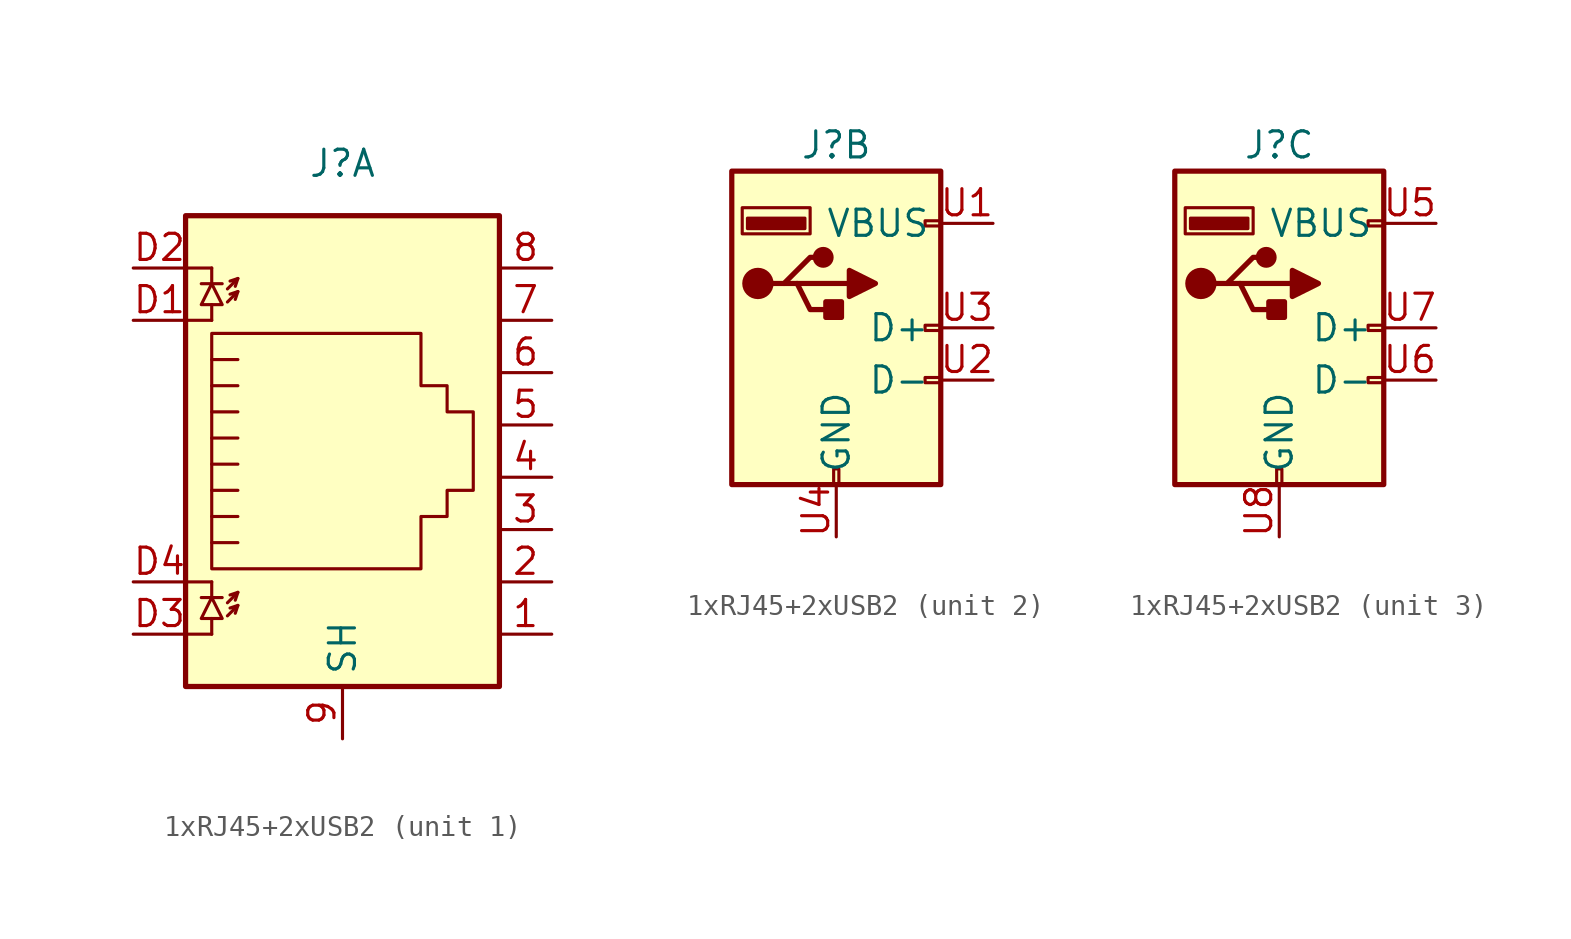
<source format=kicad_sym>
(kicad_symbol_lib
  (version 20241209)
  (generator "kicad_symbol_editor")
  (generator_version "9.0")
  (symbol "1xRJ45+2xUSB2"
    (property "Reference" "J"
      (at 0 0 0)
      (effects (font (size 1.27 1.27))))
    (property "Value" ""
      (at 0 0 0)
      (effects (font (size 1.27 1.27))))
    (property "ki_locked" ""
      (at 0 0 0)
      (effects (font (size 1.27 1.27))))
    (symbol "1xRJ45+2xUSB2_1_1"
      (rectangle (start -7.62 -2.54) (end 7.62 -25.4) (stroke (width 0.254) (type solid)) (fill (type background)))
      (polyline (pts (xy -7.62 -5.08) (xy -6.35 -5.08)) (stroke (width 0) (type solid)) (fill (type none)))
      (polyline (pts (xy -7.62 -7.62) (xy -6.35 -7.62)) (stroke (width 0) (type solid)) (fill (type none)))
      (polyline (pts (xy -7.62 -20.32) (xy -6.35 -20.32)) (stroke (width 0) (type solid)) (fill (type none)))
      (polyline (pts (xy -7.62 -22.86) (xy -6.35 -22.86)) (stroke (width 0) (type solid)) (fill (type none)))
      (polyline (pts (xy -6.858 -5.842) (xy -5.842 -5.842)) (stroke (width 0) (type solid)) (fill (type none)))
      (polyline (pts (xy -6.858 -21.082) (xy -5.842 -21.082)) (stroke (width 0) (type solid)) (fill (type none)))
      (polyline (pts (xy -6.35 -5.08) (xy -6.35 -5.842)) (stroke (width 0) (type solid)) (fill (type none)))
      (polyline (pts (xy -6.35 -5.842) (xy -6.858 -6.858) (xy -5.842 -6.858) (xy -6.35 -5.842)) (stroke (width 0) (type solid)) (fill (type none)))
      (polyline (pts (xy -6.35 -7.62) (xy -6.35 -6.858)) (stroke (width 0) (type solid)) (fill (type none)))
      (polyline (pts (xy -6.35 -13.335) (xy -5.08 -13.335) (xy -5.08 -13.335)) (stroke (width 0) (type solid)) (fill (type none)))
      (polyline (pts (xy -6.35 -14.605) (xy -5.08 -14.605) (xy -5.08 -14.605)) (stroke (width 0) (type solid)) (fill (type none)))
      (polyline (pts (xy -6.35 -15.875) (xy -5.08 -15.875) (xy -5.08 -15.875)) (stroke (width 0) (type solid)) (fill (type none)))
      (polyline (pts (xy -6.35 -17.145) (xy -5.08 -17.145) (xy -5.08 -17.145)) (stroke (width 0) (type solid)) (fill (type none)))
      (polyline (pts (xy -6.35 -18.415) (xy -5.08 -18.415) (xy -5.08 -18.415)) (stroke (width 0) (type solid)) (fill (type none)))
      (polyline (pts (xy -6.35 -19.685) (xy -6.35 -8.255) (xy 3.81 -8.255) (xy 3.81 -10.795) (xy 5.08 -10.795) (xy 5.08 -12.065) (xy 6.35 -12.065) (xy 6.35 -15.875) (xy 5.08 -15.875) (xy 5.08 -17.145) (xy 3.81 -17.145) (xy 3.81 -19.685) (xy -6.35 -19.685) (xy -6.35 -19.685)) (stroke (width 0) (type solid)) (fill (type none)))
      (polyline (pts (xy -6.35 -20.32) (xy -6.35 -21.082)) (stroke (width 0) (type solid)) (fill (type none)))
      (polyline (pts (xy -6.35 -21.082) (xy -6.858 -22.098) (xy -5.842 -22.098) (xy -6.35 -21.082)) (stroke (width 0) (type solid)) (fill (type none)))
      (polyline (pts (xy -6.35 -22.86) (xy -6.35 -22.098)) (stroke (width 0) (type solid)) (fill (type none)))
      (polyline (pts (xy -5.588 -6.096) (xy -5.08 -5.588) (xy -5.461 -5.715)) (stroke (width 0) (type solid)) (fill (type none)))
      (polyline (pts (xy -5.588 -6.731) (xy -5.08 -6.223) (xy -5.461 -6.35)) (stroke (width 0) (type solid)) (fill (type none)))
      (polyline (pts (xy -5.588 -21.336) (xy -5.08 -20.828) (xy -5.461 -20.955)) (stroke (width 0) (type solid)) (fill (type none)))
      (polyline (pts (xy -5.588 -21.971) (xy -5.08 -21.463) (xy -5.461 -21.59)) (stroke (width 0) (type solid)) (fill (type none)))
      (polyline (pts (xy -5.08 -5.588) (xy -5.207 -5.969)) (stroke (width 0) (type solid)) (fill (type none)))
      (polyline (pts (xy -5.08 -6.223) (xy -5.207 -6.604)) (stroke (width 0) (type solid)) (fill (type none)))
      (polyline (pts (xy -5.08 -9.525) (xy -6.35 -9.525)) (stroke (width 0) (type solid)) (fill (type none)))
      (polyline (pts (xy -5.08 -10.795) (xy -6.35 -10.795)) (stroke (width 0) (type solid)) (fill (type none)))
      (polyline (pts (xy -5.08 -12.065) (xy -6.35 -12.065) (xy -6.35 -12.065)) (stroke (width 0) (type solid)) (fill (type none)))
      (polyline (pts (xy -5.08 -20.828) (xy -5.207 -21.209)) (stroke (width 0) (type solid)) (fill (type none)))
      (polyline (pts (xy -5.08 -21.463) (xy -5.207 -21.844)) (stroke (width 0) (type solid)) (fill (type none)))
      (pin passive line (at -10.16 -5.08 0) (length 2.54) (name "~" (effects (font (size 1.27 1.27)))) (number "D2" (effects (font (size 1.27 1.27)))))
      (pin passive line (at -10.16 -7.62 0) (length 2.54) (name "~" (effects (font (size 1.27 1.27)))) (number "D1" (effects (font (size 1.27 1.27)))))
      (pin passive line (at -10.16 -20.32 0) (length 2.54) (name "~" (effects (font (size 1.27 1.27)))) (number "D4" (effects (font (size 1.27 1.27)))))
      (pin passive line (at -10.16 -22.86 0) (length 2.54) (name "~" (effects (font (size 1.27 1.27)))) (number "D3" (effects (font (size 1.27 1.27)))))
      (pin passive line (at 0 -27.94 90) (length 2.54) (hide yes) (name "SH" (effects (font (size 1.27 1.27)))) (number "10" (effects (font (size 1.27 1.27)))))
      (pin passive line (at 0 -27.94 90) (length 2.54) (hide yes) (name "SH" (effects (font (size 1.27 1.27)))) (number "11" (effects (font (size 1.27 1.27)))))
      (pin passive line (at 0 -27.94 90) (length 2.54) (hide yes) (name "SH" (effects (font (size 1.27 1.27)))) (number "12" (effects (font (size 1.27 1.27)))))
      (pin passive line (at 0 -27.94 90) (length 2.54) (hide yes) (name "SH" (effects (font (size 1.27 1.27)))) (number "13" (effects (font (size 1.27 1.27)))))
      (pin passive line (at 0 -27.94 90) (length 2.54) (hide yes) (name "SH" (effects (font (size 1.27 1.27)))) (number "14" (effects (font (size 1.27 1.27)))))
      (pin passive line (at 0 -27.94 90) (length 2.54) (hide yes) (name "SH" (effects (font (size 1.27 1.27)))) (number "15" (effects (font (size 1.27 1.27)))))
      (pin passive line (at 0 -27.94 90) (length 2.54) (hide yes) (name "SH" (effects (font (size 1.27 1.27)))) (number "16" (effects (font (size 1.27 1.27)))))
      (pin passive line (at 0 -27.94 90) (length 2.54) (name "SH" (effects (font (size 1.27 1.27)))) (number "9" (effects (font (size 1.27 1.27)))))
      (pin passive line (at 10.16 -5.08 180) (length 2.54) (name "~" (effects (font (size 1.27 1.27)))) (number "8" (effects (font (size 1.27 1.27)))))
      (pin passive line (at 10.16 -7.62 180) (length 2.54) (name "~" (effects (font (size 1.27 1.27)))) (number "7" (effects (font (size 1.27 1.27)))))
      (pin passive line (at 10.16 -10.16 180) (length 2.54) (name "~" (effects (font (size 1.27 1.27)))) (number "6" (effects (font (size 1.27 1.27)))))
      (pin passive line (at 10.16 -12.7 180) (length 2.54) (name "~" (effects (font (size 1.27 1.27)))) (number "5" (effects (font (size 1.27 1.27)))))
      (pin passive line (at 10.16 -15.24 180) (length 2.54) (name "~" (effects (font (size 1.27 1.27)))) (number "4" (effects (font (size 1.27 1.27)))))
      (pin passive line (at 10.16 -17.78 180) (length 2.54) (name "~" (effects (font (size 1.27 1.27)))) (number "3" (effects (font (size 1.27 1.27)))))
      (pin passive line (at 10.16 -20.32 180) (length 2.54) (name "~" (effects (font (size 1.27 1.27)))) (number "2" (effects (font (size 1.27 1.27)))))
      (pin passive line (at 10.16 -22.86 180) (length 2.54) (name "~" (effects (font (size 1.27 1.27)))) (number "1" (effects (font (size 1.27 1.27))))))
    (symbol "1xRJ45+2xUSB2_2_1"
      (rectangle (start -5.08 -1.27) (end 5.08 -16.51) (stroke (width 0.254) (type solid)) (fill (type background)))
      (rectangle (start -4.572 -3.048) (end -1.27 -4.318) (stroke (width 0) (type solid)) (fill (type none)))
      (rectangle (start -4.318 -3.556) (end -1.524 -4.064) (stroke (width 0) (type solid)) (fill (type outline)))
      (circle (center -3.81 -6.731) (radius 0.635) (stroke (width 0.254) (type solid)) (fill (type outline)))
      (polyline (pts (xy -3.175 -6.731) (xy -2.54 -6.731) (xy -1.27 -5.461) (xy -0.635 -5.461)) (stroke (width 0.254) (type solid)) (fill (type none)))
      (polyline (pts (xy -2.54 -6.731) (xy -1.905 -6.731) (xy -1.27 -8.001) (xy 0 -8.001)) (stroke (width 0.254) (type solid)) (fill (type none)))
      (polyline (pts (xy -1.905 -6.731) (xy 0.635 -6.731)) (stroke (width 0.254) (type solid)) (fill (type none)))
      (circle (center -0.635 -5.461) (radius 0.381) (stroke (width 0.254) (type solid)) (fill (type outline)))
      (rectangle (start -0.508 -7.62) (end 0.254 -8.382) (stroke (width 0.254) (type solid)) (fill (type outline)))
      (rectangle (start -0.127 -15.748) (end 0.127 -16.51) (stroke (width 0) (type solid)) (fill (type none)))
      (polyline (pts (xy 0.635 -6.096) (xy 0.635 -7.366) (xy 1.905 -6.731) (xy 0.635 -6.096)) (stroke (width 0.254) (type solid)) (fill (type outline)))
      (rectangle (start 4.318 -3.683) (end 5.08 -3.937) (stroke (width 0) (type solid)) (fill (type none)))
      (rectangle (start 4.318 -8.763) (end 5.08 -9.017) (stroke (width 0) (type solid)) (fill (type none)))
      (rectangle (start 4.318 -11.303) (end 5.08 -11.557) (stroke (width 0) (type solid)) (fill (type none)))
      (pin power_in line (at 0 -19.05 90) (length 2.54) (name "GND" (effects (font (size 1.27 1.27)))) (number "U4" (effects (font (size 1.27 1.27)))))
      (pin power_in line (at 7.62 -3.81 180) (length 2.54) (name "VBUS" (effects (font (size 1.27 1.27)))) (number "U1" (effects (font (size 1.27 1.27)))))
      (pin bidirectional line (at 7.62 -8.89 180) (length 2.54) (name "D+" (effects (font (size 1.27 1.27)))) (number "U3" (effects (font (size 1.27 1.27)))))
      (pin bidirectional line (at 7.62 -11.43 180) (length 2.54) (name "D-" (effects (font (size 1.27 1.27)))) (number "U2" (effects (font (size 1.27 1.27))))))
    (symbol "1xRJ45+2xUSB2_3_1"
      (rectangle (start -5.08 -1.27) (end 5.08 -16.51) (stroke (width 0.254) (type solid)) (fill (type background)))
      (rectangle (start -4.572 -3.048) (end -1.27 -4.318) (stroke (width 0) (type solid)) (fill (type none)))
      (rectangle (start -4.318 -3.556) (end -1.524 -4.064) (stroke (width 0) (type solid)) (fill (type outline)))
      (circle (center -3.81 -6.731) (radius 0.635) (stroke (width 0.254) (type solid)) (fill (type outline)))
      (polyline (pts (xy -3.175 -6.731) (xy -2.54 -6.731) (xy -1.27 -5.461) (xy -0.635 -5.461)) (stroke (width 0.254) (type solid)) (fill (type none)))
      (polyline (pts (xy -2.54 -6.731) (xy -1.905 -6.731) (xy -1.27 -8.001) (xy 0 -8.001)) (stroke (width 0.254) (type solid)) (fill (type none)))
      (polyline (pts (xy -1.905 -6.731) (xy 0.635 -6.731)) (stroke (width 0.254) (type solid)) (fill (type none)))
      (circle (center -0.635 -5.461) (radius 0.381) (stroke (width 0.254) (type solid)) (fill (type outline)))
      (rectangle (start -0.508 -7.62) (end 0.254 -8.382) (stroke (width 0.254) (type solid)) (fill (type outline)))
      (rectangle (start -0.127 -15.748) (end 0.127 -16.51) (stroke (width 0) (type solid)) (fill (type none)))
      (polyline (pts (xy 0.635 -6.096) (xy 0.635 -7.366) (xy 1.905 -6.731) (xy 0.635 -6.096)) (stroke (width 0.254) (type solid)) (fill (type outline)))
      (rectangle (start 4.318 -3.683) (end 5.08 -3.937) (stroke (width 0) (type solid)) (fill (type none)))
      (rectangle (start 4.318 -8.763) (end 5.08 -9.017) (stroke (width 0) (type solid)) (fill (type none)))
      (rectangle (start 4.318 -11.303) (end 5.08 -11.557) (stroke (width 0) (type solid)) (fill (type none)))
      (pin power_in line (at 0 -19.05 90) (length 2.54) (name "GND" (effects (font (size 1.27 1.27)))) (number "U8" (effects (font (size 1.27 1.27)))))
      (pin power_in line (at 7.62 -3.81 180) (length 2.54) (name "VBUS" (effects (font (size 1.27 1.27)))) (number "U5" (effects (font (size 1.27 1.27)))))
      (pin bidirectional line (at 7.62 -8.89 180) (length 2.54) (name "D+" (effects (font (size 1.27 1.27)))) (number "U7" (effects (font (size 1.27 1.27)))))
      (pin bidirectional line (at 7.62 -11.43 180) (length 2.54) (name "D-" (effects (font (size 1.27 1.27)))) (number "U6" (effects (font (size 1.27 1.27))))))))
</source>
